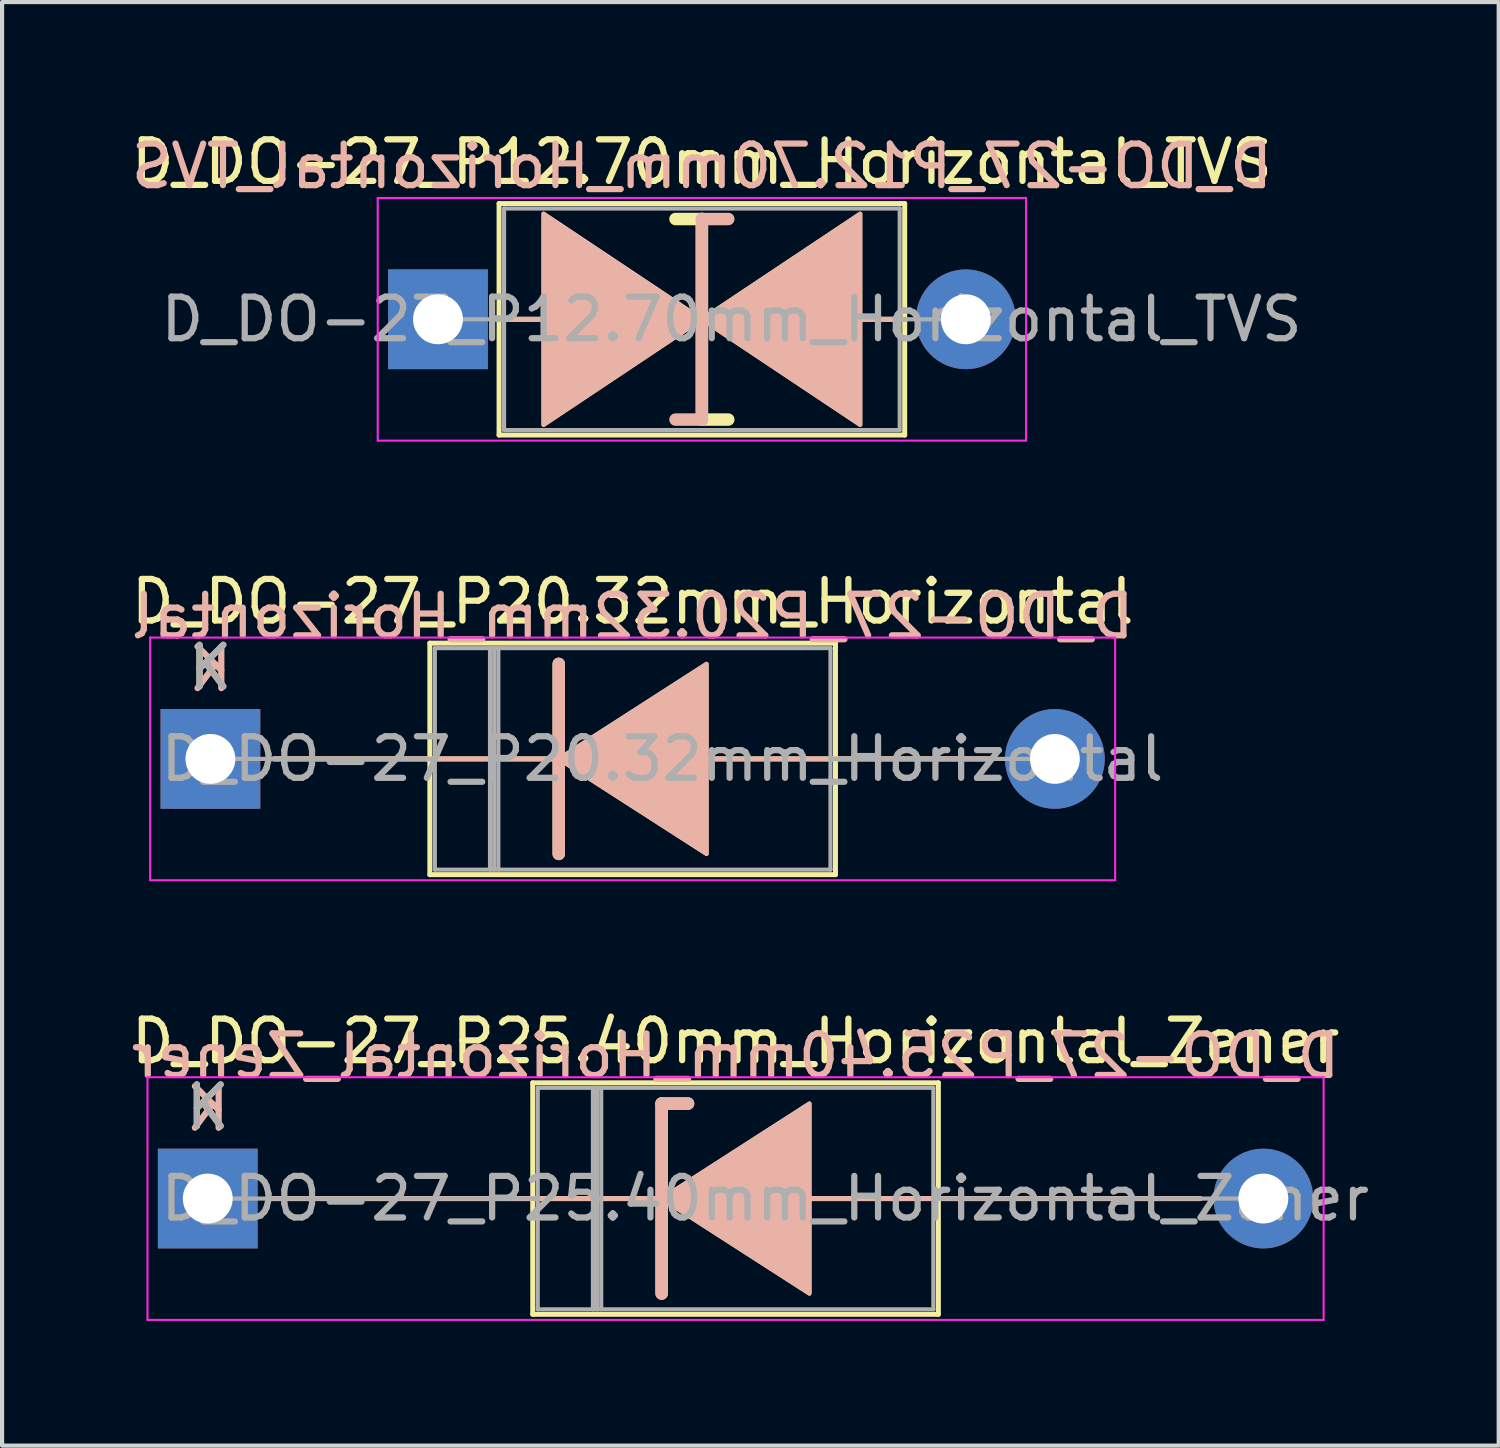
<source format=kicad_pcb>
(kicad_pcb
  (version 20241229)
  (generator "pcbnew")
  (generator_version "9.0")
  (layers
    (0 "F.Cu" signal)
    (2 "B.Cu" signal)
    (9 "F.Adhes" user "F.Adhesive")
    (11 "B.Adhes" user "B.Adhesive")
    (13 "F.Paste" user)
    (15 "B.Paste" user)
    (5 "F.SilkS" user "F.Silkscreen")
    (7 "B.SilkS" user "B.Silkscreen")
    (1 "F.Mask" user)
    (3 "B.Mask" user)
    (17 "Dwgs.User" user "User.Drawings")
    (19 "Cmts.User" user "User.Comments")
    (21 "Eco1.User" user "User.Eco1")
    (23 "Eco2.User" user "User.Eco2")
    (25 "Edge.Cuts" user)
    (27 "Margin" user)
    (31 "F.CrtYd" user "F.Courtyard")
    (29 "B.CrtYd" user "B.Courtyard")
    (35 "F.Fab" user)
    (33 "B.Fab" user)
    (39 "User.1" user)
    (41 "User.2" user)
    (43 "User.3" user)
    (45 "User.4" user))
  (footprint "D_DO-27_P12.70mm_Horizontal_TVS"
    (layer "F.Cu")
    (at 7.489 4.633)
    (property "Reference" "D_DO-27_P12.70mm_Horizontal_TVS" (at 6.35 -3.785 0) (layer "F.SilkS") (effects (font (size 1 1) (thickness 0.15))))
    (fp_line (start 1.44 0) (end 1.47 0) (stroke (width 0.12) (type solid)) (layer "F.SilkS"))
    (fp_line (start 1.47 -2.785) (end 1.47 2.785) (stroke (width 0.12) (type solid)) (layer "F.SilkS"))
    (fp_line (start 1.47 0) (end 2.54 0) (stroke (width 0.12) (type solid)) (layer "F.SilkS"))
    (fp_line (start 1.47 2.785) (end 11.23 2.785) (stroke (width 0.12) (type solid)) (layer "F.SilkS"))
    (fp_line (start 6.35 -2.413) (end 5.715 -2.413) (stroke (width 0.3) (type solid)) (layer "F.SilkS"))
    (fp_line (start 6.35 2.413) (end 6.35 -2.413) (stroke (width 0.3) (type solid)) (layer "F.SilkS"))
    (fp_line (start 6.985 2.413) (end 6.35 2.413) (stroke (width 0.3) (type solid)) (layer "F.SilkS"))
    (fp_line (start 10.16 0) (end 11.23 0) (stroke (width 0.12) (type solid)) (layer "F.SilkS"))
    (fp_line (start 11.23 -2.785) (end 1.47 -2.785) (stroke (width 0.12) (type solid)) (layer "F.SilkS"))
    (fp_line (start 11.23 2.785) (end 11.23 -2.785) (stroke (width 0.12) (type solid)) (layer "F.SilkS"))
    (fp_line (start 11.26 0) (end 11.23 0) (stroke (width 0.12) (type solid)) (layer "F.SilkS"))
    (fp_poly (pts (xy 6.35 0) (xy 2.54 2.54) (xy 2.54 -2.54)) (stroke (width 0.1) (type solid)) (fill yes) (layer "F.SilkS"))
    (fp_poly (pts (xy 6.35 0) (xy 10.16 -2.54) (xy 10.16 2.54)) (stroke (width 0.1) (type solid)) (fill yes) (layer "F.SilkS"))
    (fp_line (start 1.44 0) (end 1.47 0) (stroke (width 0.12) (type solid)) (layer "B.SilkS"))
    (fp_line (start 1.47 0) (end 2.54 0) (stroke (width 0.12) (type solid)) (layer "B.SilkS"))
    (fp_line (start 6.35 -2.413) (end 6.35 2.413) (stroke (width 0.3) (type solid)) (layer "B.SilkS"))
    (fp_line (start 6.35 2.413) (end 5.715 2.413) (stroke (width 0.3) (type solid)) (layer "B.SilkS"))
    (fp_line (start 6.985 -2.413) (end 6.35 -2.413) (stroke (width 0.3) (type solid)) (layer "B.SilkS"))
    (fp_line (start 10.16 0) (end 11.23 0) (stroke (width 0.12) (type solid)) (layer "B.SilkS"))
    (fp_line (start 11.26 0) (end 11.23 0) (stroke (width 0.12) (type solid)) (layer "B.SilkS"))
    (fp_poly (pts (xy 6.35 0) (xy 2.54 -2.54) (xy 2.54 2.54)) (stroke (width 0.1) (type solid)) (fill yes) (layer "B.SilkS"))
    (fp_poly (pts (xy 6.35 0) (xy 10.16 2.54) (xy 10.16 -2.54)) (stroke (width 0.1) (type solid)) (fill yes) (layer "B.SilkS"))
    (fp_line (start -1.45 -2.92) (end -1.45 2.92) (stroke (width 0.05) (type solid)) (layer "F.CrtYd"))
    (fp_line (start -1.45 2.92) (end 14.15 2.92) (stroke (width 0.05) (type solid)) (layer "F.CrtYd"))
    (fp_line (start 14.15 -2.92) (end -1.45 -2.92) (stroke (width 0.05) (type solid)) (layer "F.CrtYd"))
    (fp_line (start 14.15 2.92) (end 14.15 -2.92) (stroke (width 0.05) (type solid)) (layer "F.CrtYd"))
    (fp_line (start 0 0) (end 1.59 0) (stroke (width 0.1) (type solid)) (layer "F.Fab"))
    (fp_line (start 1.59 -2.665) (end 1.59 2.665) (stroke (width 0.1) (type solid)) (layer "F.Fab"))
    (fp_line (start 1.59 2.665) (end 11.11 2.665) (stroke (width 0.1) (type solid)) (layer "F.Fab"))
    (fp_line (start 11.11 -2.665) (end 1.59 -2.665) (stroke (width 0.1) (type solid)) (layer "F.Fab"))
    (fp_line (start 11.11 2.665) (end 11.11 -2.665) (stroke (width 0.1) (type solid)) (layer "F.Fab"))
    (fp_line (start 12.7 0) (end 11.11 0) (stroke (width 0.1) (type solid)) (layer "F.Fab"))
    (fp_text user "${REFERENCE}" (at 6.35 -3.683 0) (layer "B.SilkS") (effects (font (size 1 1) (thickness 0.15)) (justify mirror)))
    (fp_text user "${REFERENCE}" (at 7.064 0 0) (layer "F.Fab") (effects (font (size 1 1) (thickness 0.15))))
    (pad "1" thru_hole rect (at 0 0) (size 2.4 2.4) (drill 1.2) (layers "*.Cu" "*.Mask"))
    (pad "2" thru_hole oval (at 12.7 0) (size 2.4 2.4) (drill 1.2) (layers "*.Cu" "*.Mask")))
  (footprint "D_DO-27_P25.40mm_Horizontal_Zener"
    (layer "F.Cu")
    (at 1.949 25.79)
    (property "Reference" "D_DO-27_P25.40mm_Horizontal_Zener" (at 12.7 -3.785 0) (layer "F.SilkS") (effects (font (size 1 1) (thickness 0.15))))
    (fp_line (start 1.524 0) (end 7.82 0) (stroke (width 0.12) (type solid)) (layer "F.SilkS"))
    (fp_line (start 7.82 -2.785) (end 7.82 2.785) (stroke (width 0.12) (type solid)) (layer "F.SilkS"))
    (fp_line (start 7.82 2.785) (end 17.58 2.785) (stroke (width 0.12) (type solid)) (layer "F.SilkS"))
    (fp_line (start 10.922 -2.286) (end 10.922 2.286) (stroke (width 0.3) (type solid)) (layer "F.SilkS"))
    (fp_line (start 10.922 -2.286) (end 11.557 -2.286) (stroke (width 0.3) (type solid)) (layer "F.SilkS"))
    (fp_line (start 10.922 0) (end 7.82 0) (stroke (width 0.12) (type solid)) (layer "F.SilkS"))
    (fp_line (start 14.351 0) (end 17.58 0) (stroke (width 0.12) (type solid)) (layer "F.SilkS"))
    (fp_line (start 17.58 -2.785) (end 7.82 -2.785) (stroke (width 0.12) (type solid)) (layer "F.SilkS"))
    (fp_line (start 17.58 2.785) (end 17.58 -2.785) (stroke (width 0.12) (type solid)) (layer "F.SilkS"))
    (fp_line (start 23.876 0) (end 17.58 0) (stroke (width 0.12) (type solid)) (layer "F.SilkS"))
    (fp_poly (pts (xy 14.478 2.286) (xy 10.922 0) (xy 14.478 -2.286)) (stroke (width 0.1) (type solid)) (fill yes) (layer "F.SilkS"))
    (fp_line (start 1.524 0) (end 7.82 0) (stroke (width 0.12) (type solid)) (layer "B.SilkS"))
    (fp_line (start 10.922 -2.286) (end 11.557 -2.286) (stroke (width 0.3) (type solid)) (layer "B.SilkS"))
    (fp_line (start 10.922 0) (end 7.82 0) (stroke (width 0.12) (type solid)) (layer "B.SilkS"))
    (fp_line (start 10.922 2.286) (end 10.922 -2.286) (stroke (width 0.3) (type solid)) (layer "B.SilkS"))
    (fp_line (start 14.351 0) (end 17.58 0) (stroke (width 0.12) (type solid)) (layer "B.SilkS"))
    (fp_line (start 23.876 0) (end 17.58 0) (stroke (width 0.12) (type solid)) (layer "B.SilkS"))
    (fp_poly (pts (xy 14.478 -2.286) (xy 10.922 0) (xy 14.478 2.286)) (stroke (width 0.1) (type solid)) (fill yes) (layer "B.SilkS"))
    (fp_line (start -1.45 -2.92) (end -1.45 2.92) (stroke (width 0.05) (type solid)) (layer "F.CrtYd"))
    (fp_line (start -1.45 2.92) (end 26.85 2.92) (stroke (width 0.05) (type solid)) (layer "F.CrtYd"))
    (fp_line (start 26.85 -2.92) (end -1.45 -2.92) (stroke (width 0.05) (type solid)) (layer "F.CrtYd"))
    (fp_line (start 26.85 2.92) (end 26.85 -2.92) (stroke (width 0.05) (type solid)) (layer "F.CrtYd"))
    (fp_line (start 0 0) (end 7.94 0) (stroke (width 0.1) (type solid)) (layer "F.Fab"))
    (fp_line (start 7.94 -2.665) (end 7.94 2.665) (stroke (width 0.1) (type solid)) (layer "F.Fab"))
    (fp_line (start 7.94 2.665) (end 17.46 2.665) (stroke (width 0.1) (type solid)) (layer "F.Fab"))
    (fp_line (start 9.268 -2.665) (end 9.268 2.665) (stroke (width 0.1) (type solid)) (layer "F.Fab"))
    (fp_line (start 9.368 -2.665) (end 9.368 2.665) (stroke (width 0.1) (type solid)) (layer "F.Fab"))
    (fp_line (start 9.468 -2.665) (end 9.468 2.665) (stroke (width 0.1) (type solid)) (layer "F.Fab"))
    (fp_line (start 17.46 -2.665) (end 7.94 -2.665) (stroke (width 0.1) (type solid)) (layer "F.Fab"))
    (fp_line (start 17.46 2.665) (end 17.46 -2.665) (stroke (width 0.1) (type solid)) (layer "F.Fab"))
    (fp_line (start 25.4 0) (end 17.46 0) (stroke (width 0.1) (type solid)) (layer "F.Fab"))
    (fp_text user "K" (at 0 -2.2 0) (layer "F.SilkS") (effects (font (size 1 1) (thickness 0.15))))
    (fp_text user "K" (at 0 -2.159 0) (layer "B.SilkS") (effects (font (size 1 1) (thickness 0.15)) (justify mirror)))
    (fp_text user "${REFERENCE}" (at 12.7 -3.429 0) (layer "B.SilkS") (effects (font (size 1 1) (thickness 0.15)) (justify mirror)))
    (fp_text user "${REFERENCE}" (at 13.414 0 0) (layer "F.Fab") (effects (font (size 1 1) (thickness 0.15))))
    (fp_text user "K" (at 0 -2.2 0) (layer "F.Fab") (effects (font (size 1 1) (thickness 0.15))))
    (pad "1" thru_hole rect (at 0 0) (size 2.4 2.4) (drill 1.2) (layers "*.Cu" "*.Mask"))
    (pad "2" thru_hole oval (at 25.4 0) (size 2.4 2.4) (drill 1.2) (layers "*.Cu" "*.Mask")))
  (footprint "D_DO-27_P20.32mm_Horizontal"
    (layer "F.Cu")
    (at 2.013 15.211)
    (property "Reference" "D_DO-27_P20.32mm_Horizontal" (at 10.16 -3.785 0) (layer "F.SilkS") (effects (font (size 1 1) (thickness 0.15))))
    (fp_line (start 1.524 0) (end 5.28 0) (stroke (width 0.12) (type solid)) (layer "F.SilkS"))
    (fp_line (start 5.28 -2.785) (end 5.28 2.785) (stroke (width 0.12) (type solid)) (layer "F.SilkS"))
    (fp_line (start 5.28 2.785) (end 15.04 2.785) (stroke (width 0.12) (type solid)) (layer "F.SilkS"))
    (fp_line (start 8.382 -2.286) (end 8.382 2.286) (stroke (width 0.3) (type solid)) (layer "F.SilkS"))
    (fp_line (start 8.382 0) (end 5.28 0) (stroke (width 0.12) (type solid)) (layer "F.SilkS"))
    (fp_line (start 11.811 0) (end 15.04 0) (stroke (width 0.12) (type solid)) (layer "F.SilkS"))
    (fp_line (start 15.04 -2.785) (end 5.28 -2.785) (stroke (width 0.12) (type solid)) (layer "F.SilkS"))
    (fp_line (start 15.04 2.785) (end 15.04 -2.785) (stroke (width 0.12) (type solid)) (layer "F.SilkS"))
    (fp_line (start 18.796 0) (end 15.04 0) (stroke (width 0.12) (type solid)) (layer "F.SilkS"))
    (fp_poly (pts (xy 11.938 2.286) (xy 8.382 0) (xy 11.938 -2.286)) (stroke (width 0.1) (type solid)) (fill yes) (layer "F.SilkS"))
    (fp_line (start 1.524 0) (end 5.28 0) (stroke (width 0.12) (type solid)) (layer "B.SilkS"))
    (fp_line (start 8.382 0) (end 5.28 0) (stroke (width 0.12) (type solid)) (layer "B.SilkS"))
    (fp_line (start 8.382 2.286) (end 8.382 -2.286) (stroke (width 0.3) (type solid)) (layer "B.SilkS"))
    (fp_line (start 11.811 0) (end 15.04 0) (stroke (width 0.12) (type solid)) (layer "B.SilkS"))
    (fp_line (start 18.796 0) (end 15.04 0) (stroke (width 0.12) (type solid)) (layer "B.SilkS"))
    (fp_poly (pts (xy 11.938 -2.286) (xy 8.382 0) (xy 11.938 2.286)) (stroke (width 0.1) (type solid)) (fill yes) (layer "B.SilkS"))
    (fp_line (start -1.45 -2.92) (end -1.45 2.92) (stroke (width 0.05) (type solid)) (layer "F.CrtYd"))
    (fp_line (start -1.45 2.92) (end 21.77 2.92) (stroke (width 0.05) (type solid)) (layer "F.CrtYd"))
    (fp_line (start 21.77 -2.92) (end -1.45 -2.92) (stroke (width 0.05) (type solid)) (layer "F.CrtYd"))
    (fp_line (start 21.77 2.92) (end 21.77 -2.92) (stroke (width 0.05) (type solid)) (layer "F.CrtYd"))
    (fp_line (start 0 0) (end 5.4 0) (stroke (width 0.1) (type solid)) (layer "F.Fab"))
    (fp_line (start 5.4 -2.665) (end 5.4 2.665) (stroke (width 0.1) (type solid)) (layer "F.Fab"))
    (fp_line (start 5.4 2.665) (end 14.92 2.665) (stroke (width 0.1) (type solid)) (layer "F.Fab"))
    (fp_line (start 6.728 -2.665) (end 6.728 2.665) (stroke (width 0.1) (type solid)) (layer "F.Fab"))
    (fp_line (start 6.828 -2.665) (end 6.828 2.665) (stroke (width 0.1) (type solid)) (layer "F.Fab"))
    (fp_line (start 6.928 -2.665) (end 6.928 2.665) (stroke (width 0.1) (type solid)) (layer "F.Fab"))
    (fp_line (start 14.92 -2.665) (end 5.4 -2.665) (stroke (width 0.1) (type solid)) (layer "F.Fab"))
    (fp_line (start 14.92 2.665) (end 14.92 -2.665) (stroke (width 0.1) (type solid)) (layer "F.Fab"))
    (fp_line (start 20.32 0) (end 14.92 0) (stroke (width 0.1) (type solid)) (layer "F.Fab"))
    (fp_text user "K" (at 0 -2.2 0) (layer "F.SilkS") (effects (font (size 1 1) (thickness 0.15))))
    (fp_text user "K" (at 0 -2.159 0) (layer "B.SilkS") (effects (font (size 1 1) (thickness 0.15)) (justify mirror)))
    (fp_text user "${REFERENCE}" (at 10.16 -3.429 0) (layer "B.SilkS") (effects (font (size 1 1) (thickness 0.15)) (justify mirror)))
    (fp_text user "${REFERENCE}" (at 10.874 0 0) (layer "F.Fab") (effects (font (size 1 1) (thickness 0.15))))
    (fp_text user "K" (at 0 -2.2 0) (layer "F.Fab") (effects (font (size 1 1) (thickness 0.15))))
    (pad "1" thru_hole rect (at 0 0) (size 2.4 2.4) (drill 1.2) (layers "*.Cu" "*.Mask"))
    (pad "2" thru_hole oval (at 20.32 0) (size 2.4 2.4) (drill 1.2) (layers "*.Cu" "*.Mask")))
  (gr_rect
    (start -3 -3)
    (end 33.012 31.735)
    (stroke (width 0.1) (type default))
    (fill no)
    (layer "Edge.Cuts")))
</source>
